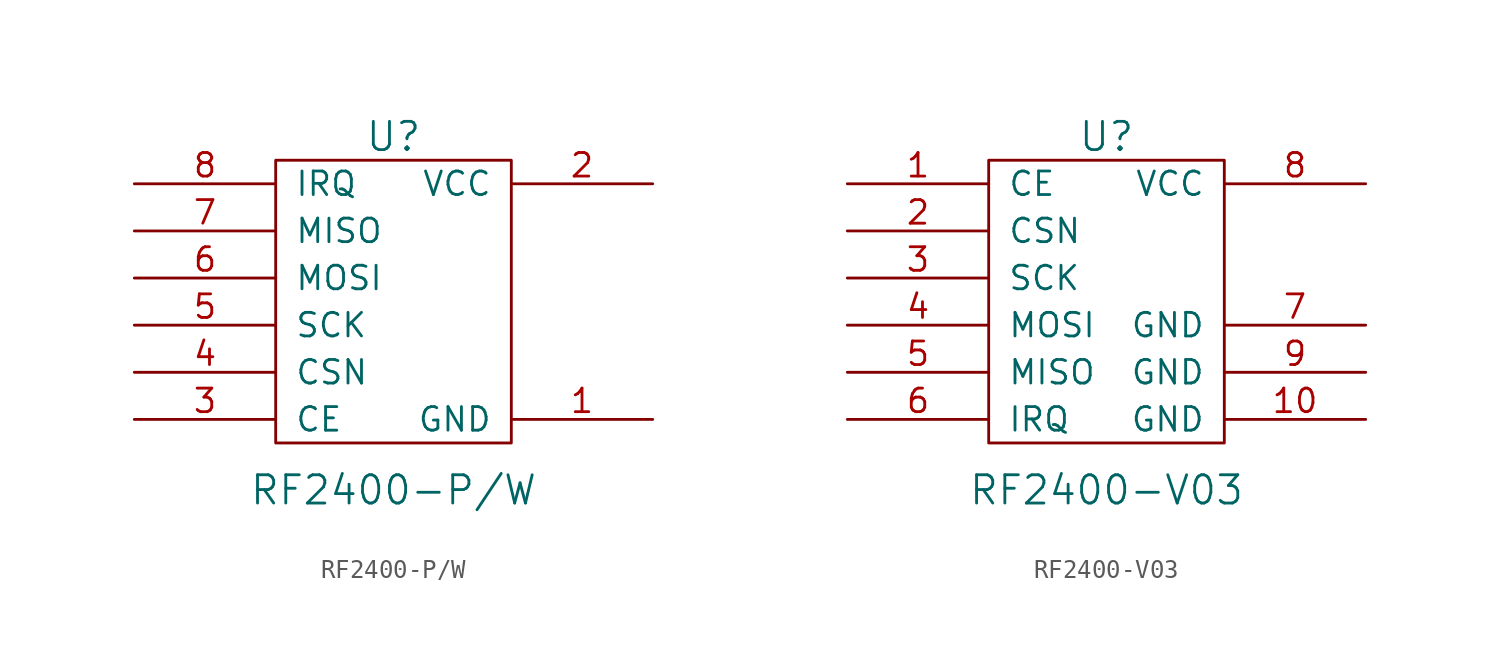
<source format=kicad_sym>
(kicad_symbol_lib
  (version 20231120)
  (generator "kicad_symbol_editor")
  (generator_version "8.0")
  (symbol "RF2400-P/W"
    (pin_names
      (offset 1.016))
    (property "Reference" "U"
      (at 0 8.89 0)
      (effects (font (size 1.524 1.524))))
    (property "Value" "RF2400-P/W"
      (at 0 -10.16 0)
      (effects (font (size 1.524 1.524))))
    (property "Footprint" ""
      (at 0 0 0)
      (effects (font (size 1.524 1.524))))
    (property "Datasheet" ""
      (at 0 0 0)
      (effects (font (size 1.524 1.524))))
    (symbol "RF2400-P/W_0_1"
      (rectangle (start -6.35 7.62) (end 6.35 -7.62) (stroke (width 0) (type solid)) (fill (type none))))
    (symbol "RF2400-P/W_1_1"
      (pin power_in line (at 13.97 -6.35 180) (length 7.62) (name "GND" (effects (font (size 1.27 1.27)))) (number "1" (effects (font (size 1.27 1.27)))))
      (pin power_in line (at 13.97 6.35 180) (length 7.62) (name "VCC" (effects (font (size 1.27 1.27)))) (number "2" (effects (font (size 1.27 1.27)))))
      (pin input line (at -13.97 -6.35 0) (length 7.62) (name "CE" (effects (font (size 1.27 1.27)))) (number "3" (effects (font (size 1.27 1.27)))))
      (pin input line (at -13.97 -3.81 0) (length 7.62) (name "CSN" (effects (font (size 1.27 1.27)))) (number "4" (effects (font (size 1.27 1.27)))))
      (pin input line (at -13.97 -1.27 0) (length 7.62) (name "SCK" (effects (font (size 1.27 1.27)))) (number "5" (effects (font (size 1.27 1.27)))))
      (pin input line (at -13.97 1.27 0) (length 7.62) (name "MOSI" (effects (font (size 1.27 1.27)))) (number "6" (effects (font (size 1.27 1.27)))))
      (pin output line (at -13.97 3.81 0) (length 7.62) (name "MISO" (effects (font (size 1.27 1.27)))) (number "7" (effects (font (size 1.27 1.27)))))
      (pin output line (at -13.97 6.35 0) (length 7.62) (name "IRQ" (effects (font (size 1.27 1.27)))) (number "8" (effects (font (size 1.27 1.27)))))))
  (symbol "RF2400-V03"
    (pin_names
      (offset 1.016))
    (property "Reference" "U"
      (at 0 8.89 0)
      (effects (font (size 1.524 1.524))))
    (property "Value" "RF2400-V03"
      (at 0 -10.16 0)
      (effects (font (size 1.524 1.524))))
    (property "Footprint" ""
      (at 0 0 0)
      (effects (font (size 1.524 1.524))))
    (property "Datasheet" ""
      (at 0 0 0)
      (effects (font (size 1.524 1.524))))
    (symbol "RF2400-V03_0_1"
      (rectangle (start -6.35 7.62) (end 6.35 -7.62) (stroke (width 0) (type solid)) (fill (type none))))
    (symbol "RF2400-V03_1_1"
      (pin output line (at -13.97 6.35 0) (length 7.62) (name "CE" (effects (font (size 1.27 1.27)))) (number "1" (effects (font (size 1.27 1.27)))))
      (pin power_in line (at 13.97 -6.35 180) (length 7.62) (name "GND" (effects (font (size 1.27 1.27)))) (number "10" (effects (font (size 1.27 1.27)))))
      (pin output line (at -13.97 3.81 0) (length 7.62) (name "CSN" (effects (font (size 1.27 1.27)))) (number "2" (effects (font (size 1.27 1.27)))))
      (pin input line (at -13.97 1.27 0) (length 7.62) (name "SCK" (effects (font (size 1.27 1.27)))) (number "3" (effects (font (size 1.27 1.27)))))
      (pin input line (at -13.97 -1.27 0) (length 7.62) (name "MOSI" (effects (font (size 1.27 1.27)))) (number "4" (effects (font (size 1.27 1.27)))))
      (pin input line (at -13.97 -3.81 0) (length 7.62) (name "MISO" (effects (font (size 1.27 1.27)))) (number "5" (effects (font (size 1.27 1.27)))))
      (pin input line (at -13.97 -6.35 0) (length 7.62) (name "IRQ" (effects (font (size 1.27 1.27)))) (number "6" (effects (font (size 1.27 1.27)))))
      (pin power_in line (at 13.97 -1.27 180) (length 7.62) (name "GND" (effects (font (size 1.27 1.27)))) (number "7" (effects (font (size 1.27 1.27)))))
      (pin power_in line (at 13.97 6.35 180) (length 7.62) (name "VCC" (effects (font (size 1.27 1.27)))) (number "8" (effects (font (size 1.27 1.27)))))
      (pin power_in line (at 13.97 -3.81 180) (length 7.62) (name "GND" (effects (font (size 1.27 1.27)))) (number "9" (effects (font (size 1.27 1.27))))))))
</source>
